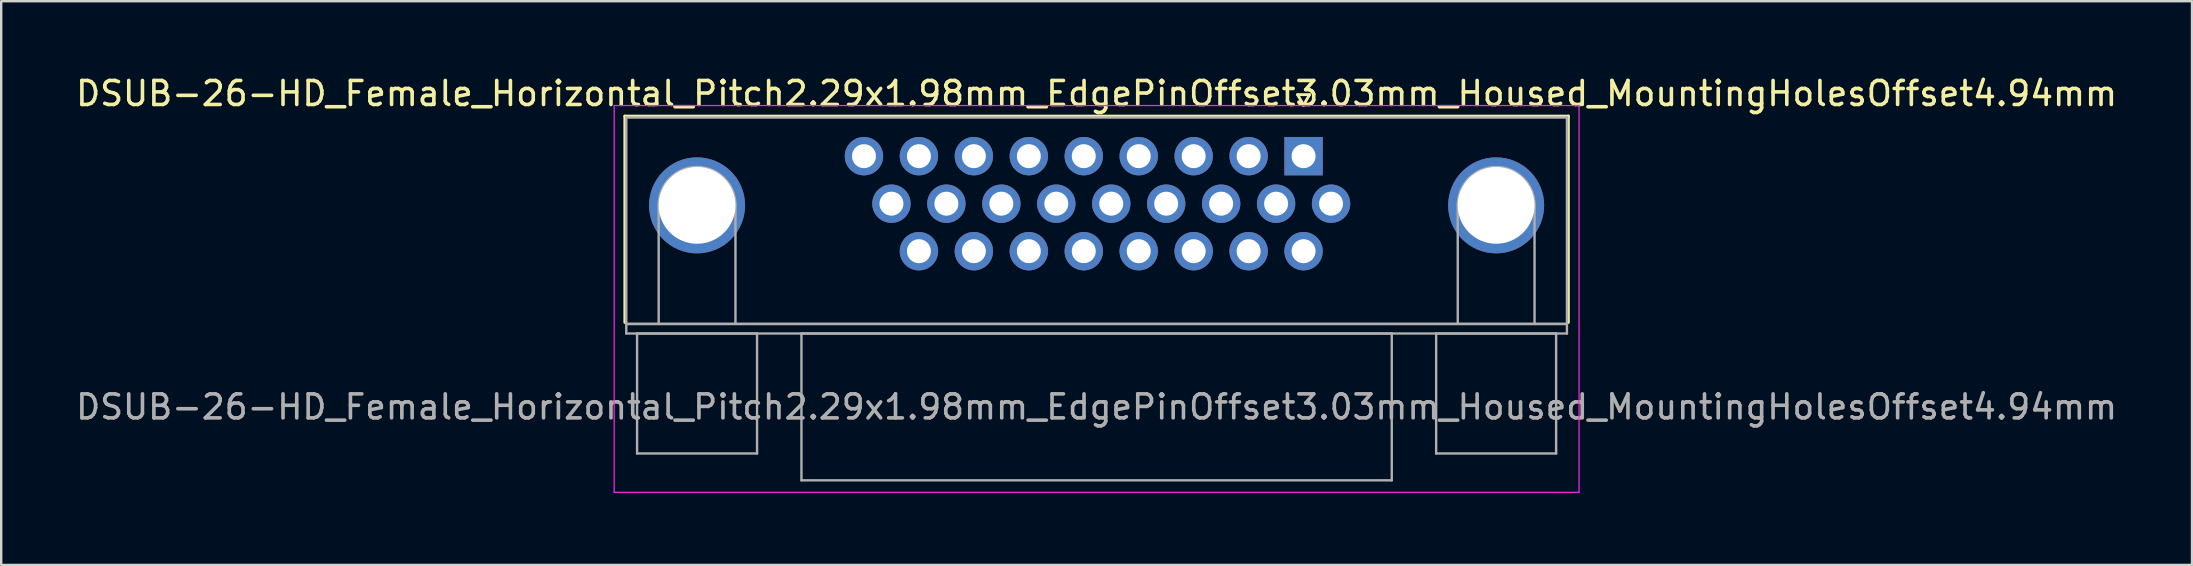
<source format=kicad_pcb>
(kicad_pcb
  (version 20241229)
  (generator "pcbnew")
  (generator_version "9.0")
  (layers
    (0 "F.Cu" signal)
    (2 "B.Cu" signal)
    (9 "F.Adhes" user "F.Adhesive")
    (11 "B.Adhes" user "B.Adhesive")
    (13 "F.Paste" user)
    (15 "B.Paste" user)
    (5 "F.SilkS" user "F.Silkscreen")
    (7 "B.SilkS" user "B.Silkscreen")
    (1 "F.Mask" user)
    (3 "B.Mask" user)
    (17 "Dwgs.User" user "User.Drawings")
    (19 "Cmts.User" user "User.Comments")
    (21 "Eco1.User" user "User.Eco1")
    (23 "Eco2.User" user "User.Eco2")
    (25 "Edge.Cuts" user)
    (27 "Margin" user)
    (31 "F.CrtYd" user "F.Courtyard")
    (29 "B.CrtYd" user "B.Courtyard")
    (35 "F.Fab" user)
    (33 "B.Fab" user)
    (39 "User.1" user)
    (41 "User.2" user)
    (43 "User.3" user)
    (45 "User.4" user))
  (footprint "DSUB-26-HD_Female_Horizontal_Pitch2.29x1.98mm_EdgePinOffset3.03mm_Housed_MountingHolesOffset4.94mm"
    (layer "F.Cu")
    (at 51.274 3.458)
    (property "Reference" "DSUB-26-HD_Female_Horizontal_Pitch2.29x1.98mm_EdgePinOffset3.03mm_Housed_MountingHolesOffset4.94mm" (at -8.625 -2.61 0) (layer "F.SilkS") (effects (font (size 1 1) (thickness 0.15))))
    (attr through_hole)
    (fp_line (start -28.285 -1.67) (end 11.035 -1.67) (stroke (width 0.12) (type solid)) (layer "F.SilkS"))
    (fp_line (start -28.285 6.93) (end -28.285 -1.67) (stroke (width 0.12) (type solid)) (layer "F.SilkS"))
    (fp_line (start -0.25 -2.564) (end 0.25 -2.564) (stroke (width 0.12) (type solid)) (layer "F.SilkS"))
    (fp_line (start 0 -2.131) (end -0.25 -2.564) (stroke (width 0.12) (type solid)) (layer "F.SilkS"))
    (fp_line (start 0.25 -2.564) (end 0 -2.131) (stroke (width 0.12) (type solid)) (layer "F.SilkS"))
    (fp_line (start 11.035 -1.67) (end 11.035 6.93) (stroke (width 0.12) (type solid)) (layer "F.SilkS"))
    (fp_line (start -28.73 -2.11) (end -28.73 14.01) (stroke (width 0.05) (type solid)) (layer "F.CrtYd"))
    (fp_line (start -28.73 14.01) (end 11.48 14.01) (stroke (width 0.05) (type solid)) (layer "F.CrtYd"))
    (fp_line (start 11.48 -2.11) (end -28.73 -2.11) (stroke (width 0.05) (type solid)) (layer "F.CrtYd"))
    (fp_line (start 11.48 14.01) (end 11.48 -2.11) (stroke (width 0.05) (type solid)) (layer "F.CrtYd"))
    (fp_line (start -28.225 -1.61) (end -28.225 6.99) (stroke (width 0.1) (type solid)) (layer "F.Fab"))
    (fp_line (start -28.225 6.99) (end -28.225 7.39) (stroke (width 0.1) (type solid)) (layer "F.Fab"))
    (fp_line (start -28.225 6.99) (end 10.975 6.99) (stroke (width 0.1) (type solid)) (layer "F.Fab"))
    (fp_line (start -28.225 7.39) (end 10.975 7.39) (stroke (width 0.1) (type solid)) (layer "F.Fab"))
    (fp_line (start -27.775 7.39) (end -27.775 12.39) (stroke (width 0.1) (type solid)) (layer "F.Fab"))
    (fp_line (start -27.775 12.39) (end -22.775 12.39) (stroke (width 0.1) (type solid)) (layer "F.Fab"))
    (fp_line (start -26.875 6.99) (end -26.875 2.05) (stroke (width 0.1) (type solid)) (layer "F.Fab"))
    (fp_line (start -23.675 6.99) (end -23.675 2.05) (stroke (width 0.1) (type solid)) (layer "F.Fab"))
    (fp_line (start -22.775 7.39) (end -27.775 7.39) (stroke (width 0.1) (type solid)) (layer "F.Fab"))
    (fp_line (start -22.775 12.39) (end -22.775 7.39) (stroke (width 0.1) (type solid)) (layer "F.Fab"))
    (fp_line (start -20.925 7.39) (end -20.925 13.51) (stroke (width 0.1) (type solid)) (layer "F.Fab"))
    (fp_line (start -20.925 13.51) (end 3.675 13.51) (stroke (width 0.1) (type solid)) (layer "F.Fab"))
    (fp_line (start 3.675 7.39) (end -20.925 7.39) (stroke (width 0.1) (type solid)) (layer "F.Fab"))
    (fp_line (start 3.675 13.51) (end 3.675 7.39) (stroke (width 0.1) (type solid)) (layer "F.Fab"))
    (fp_line (start 5.525 7.39) (end 5.525 12.39) (stroke (width 0.1) (type solid)) (layer "F.Fab"))
    (fp_line (start 5.525 12.39) (end 10.525 12.39) (stroke (width 0.1) (type solid)) (layer "F.Fab"))
    (fp_line (start 6.425 6.99) (end 6.425 2.05) (stroke (width 0.1) (type solid)) (layer "F.Fab"))
    (fp_line (start 9.625 6.99) (end 9.625 2.05) (stroke (width 0.1) (type solid)) (layer "F.Fab"))
    (fp_line (start 10.525 7.39) (end 5.525 7.39) (stroke (width 0.1) (type solid)) (layer "F.Fab"))
    (fp_line (start 10.525 12.39) (end 10.525 7.39) (stroke (width 0.1) (type solid)) (layer "F.Fab"))
    (fp_line (start 10.975 -1.61) (end -28.225 -1.61) (stroke (width 0.1) (type solid)) (layer "F.Fab"))
    (fp_line (start 10.975 6.99) (end -28.225 6.99) (stroke (width 0.1) (type solid)) (layer "F.Fab"))
    (fp_line (start 10.975 6.99) (end 10.975 -1.61) (stroke (width 0.1) (type solid)) (layer "F.Fab"))
    (fp_line (start 10.975 7.39) (end 10.975 6.99) (stroke (width 0.1) (type solid)) (layer "F.Fab"))
    (fp_arc (start -26.875 2.05) (mid -25.275 0.45) (end -23.675 2.05) (stroke (width 0.1) (type solid)) (layer "F.Fab"))
    (fp_arc (start 6.425 2.05) (mid 8.025 0.45) (end 9.625 2.05) (stroke (width 0.1) (type solid)) (layer "F.Fab"))
    (fp_text user "${REFERENCE}" (at -8.625 10.45 0) (layer "F.Fab") (effects (font (size 1 1) (thickness 0.15))))
    (pad "0" thru_hole circle (at -25.275 2.05) (size 4 4) (drill 3.2) (layers "*.Cu" "*.Mask"))
    (pad "0" thru_hole circle (at 8.025 2.05) (size 4 4) (drill 3.2) (layers "*.Cu" "*.Mask"))
    (pad "1" thru_hole rect (at 0 0) (size 1.6 1.6) (drill 1) (layers "*.Cu" "*.Mask"))
    (pad "2" thru_hole circle (at -2.29 0) (size 1.6 1.6) (drill 1) (layers "*.Cu" "*.Mask"))
    (pad "3" thru_hole circle (at -4.58 0) (size 1.6 1.6) (drill 1) (layers "*.Cu" "*.Mask"))
    (pad "4" thru_hole circle (at -6.87 0) (size 1.6 1.6) (drill 1) (layers "*.Cu" "*.Mask"))
    (pad "5" thru_hole circle (at -9.16 0) (size 1.6 1.6) (drill 1) (layers "*.Cu" "*.Mask"))
    (pad "6" thru_hole circle (at -11.45 0) (size 1.6 1.6) (drill 1) (layers "*.Cu" "*.Mask"))
    (pad "7" thru_hole circle (at -13.74 0) (size 1.6 1.6) (drill 1) (layers "*.Cu" "*.Mask"))
    (pad "8" thru_hole circle (at -16.03 0) (size 1.6 1.6) (drill 1) (layers "*.Cu" "*.Mask"))
    (pad "9" thru_hole circle (at -18.32 0) (size 1.6 1.6) (drill 1) (layers "*.Cu" "*.Mask"))
    (pad "10" thru_hole circle (at 1.145 1.98) (size 1.6 1.6) (drill 1) (layers "*.Cu" "*.Mask"))
    (pad "11" thru_hole circle (at -1.145 1.98) (size 1.6 1.6) (drill 1) (layers "*.Cu" "*.Mask"))
    (pad "12" thru_hole circle (at -3.435 1.98) (size 1.6 1.6) (drill 1) (layers "*.Cu" "*.Mask"))
    (pad "13" thru_hole circle (at -5.725 1.98) (size 1.6 1.6) (drill 1) (layers "*.Cu" "*.Mask"))
    (pad "14" thru_hole circle (at -8.015 1.98) (size 1.6 1.6) (drill 1) (layers "*.Cu" "*.Mask"))
    (pad "15" thru_hole circle (at -10.305 1.98) (size 1.6 1.6) (drill 1) (layers "*.Cu" "*.Mask"))
    (pad "16" thru_hole circle (at -12.595 1.98) (size 1.6 1.6) (drill 1) (layers "*.Cu" "*.Mask"))
    (pad "17" thru_hole circle (at -14.885 1.98) (size 1.6 1.6) (drill 1) (layers "*.Cu" "*.Mask"))
    (pad "18" thru_hole circle (at -17.175 1.98) (size 1.6 1.6) (drill 1) (layers "*.Cu" "*.Mask"))
    (pad "19" thru_hole circle (at 0 3.96) (size 1.6 1.6) (drill 1) (layers "*.Cu" "*.Mask"))
    (pad "20" thru_hole circle (at -2.29 3.96) (size 1.6 1.6) (drill 1) (layers "*.Cu" "*.Mask"))
    (pad "21" thru_hole circle (at -4.58 3.96) (size 1.6 1.6) (drill 1) (layers "*.Cu" "*.Mask"))
    (pad "22" thru_hole circle (at -6.87 3.96) (size 1.6 1.6) (drill 1) (layers "*.Cu" "*.Mask"))
    (pad "23" thru_hole circle (at -9.16 3.96) (size 1.6 1.6) (drill 1) (layers "*.Cu" "*.Mask"))
    (pad "24" thru_hole circle (at -11.45 3.96) (size 1.6 1.6) (drill 1) (layers "*.Cu" "*.Mask"))
    (pad "25" thru_hole circle (at -13.74 3.96) (size 1.6 1.6) (drill 1) (layers "*.Cu" "*.Mask"))
    (pad "26" thru_hole circle (at -16.03 3.96) (size 1.6 1.6) (drill 1) (layers "*.Cu" "*.Mask")))
  (gr_rect
    (start -3 -3)
    (end 88.298 20.493)
    (stroke (width 0.1) (type default))
    (fill no)
    (layer "Edge.Cuts")))
</source>
